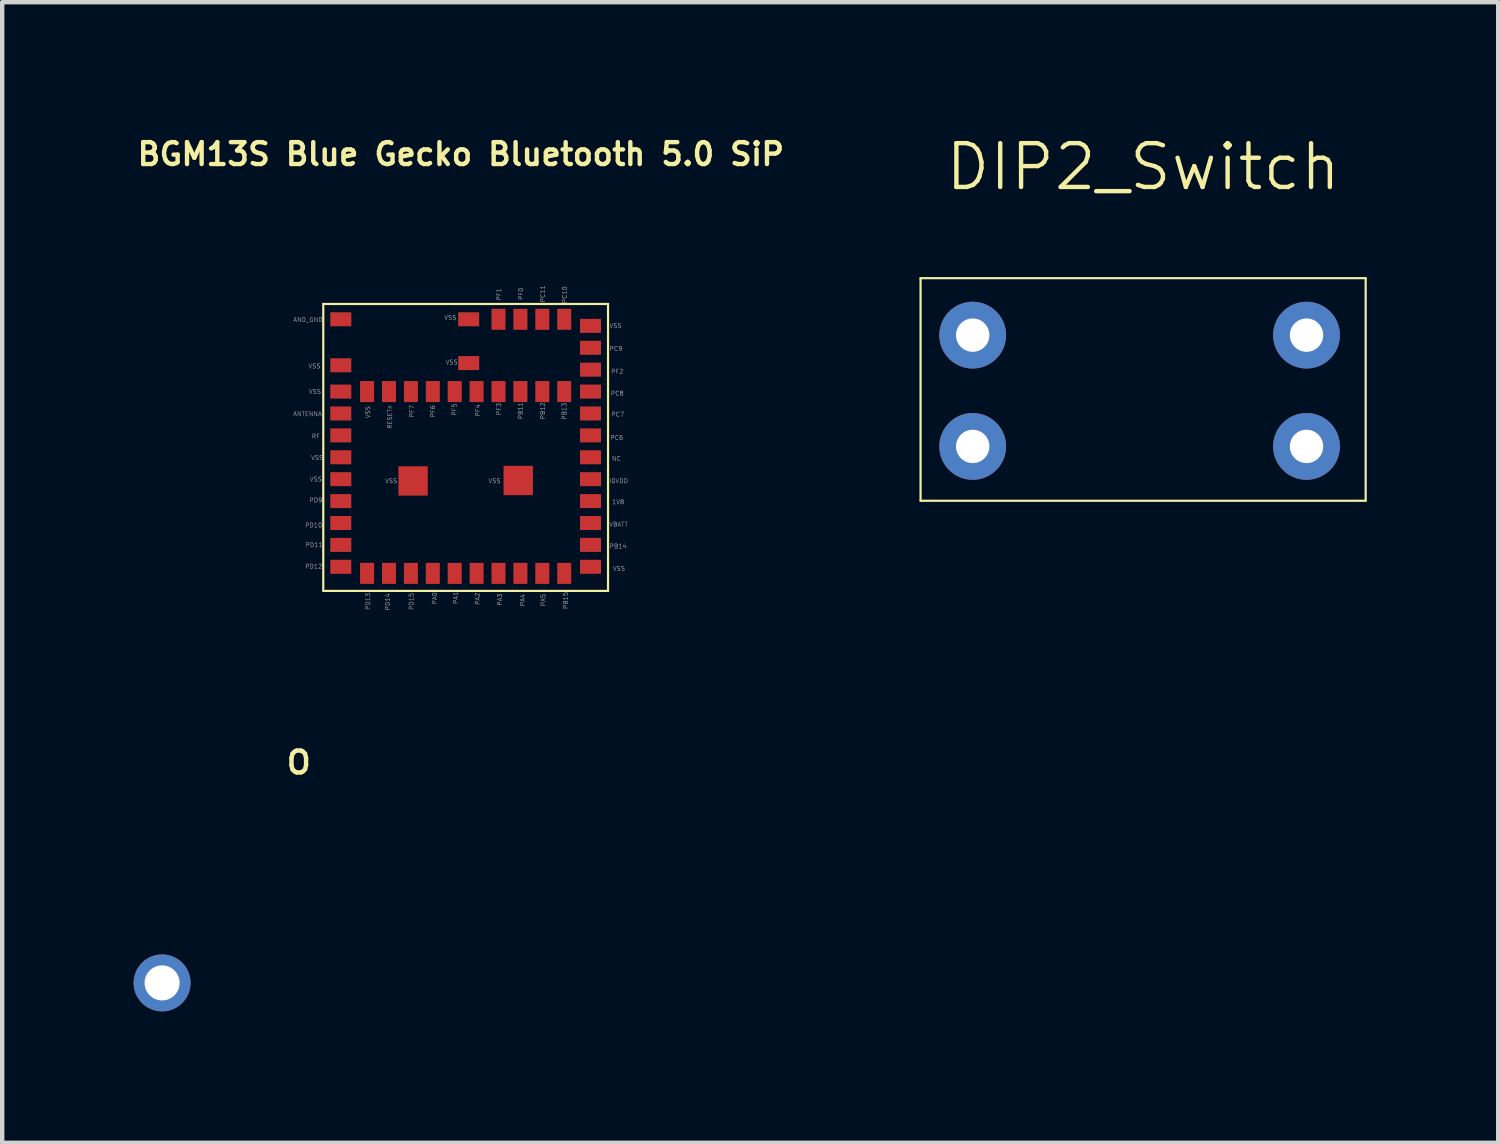
<source format=kicad_pcb>
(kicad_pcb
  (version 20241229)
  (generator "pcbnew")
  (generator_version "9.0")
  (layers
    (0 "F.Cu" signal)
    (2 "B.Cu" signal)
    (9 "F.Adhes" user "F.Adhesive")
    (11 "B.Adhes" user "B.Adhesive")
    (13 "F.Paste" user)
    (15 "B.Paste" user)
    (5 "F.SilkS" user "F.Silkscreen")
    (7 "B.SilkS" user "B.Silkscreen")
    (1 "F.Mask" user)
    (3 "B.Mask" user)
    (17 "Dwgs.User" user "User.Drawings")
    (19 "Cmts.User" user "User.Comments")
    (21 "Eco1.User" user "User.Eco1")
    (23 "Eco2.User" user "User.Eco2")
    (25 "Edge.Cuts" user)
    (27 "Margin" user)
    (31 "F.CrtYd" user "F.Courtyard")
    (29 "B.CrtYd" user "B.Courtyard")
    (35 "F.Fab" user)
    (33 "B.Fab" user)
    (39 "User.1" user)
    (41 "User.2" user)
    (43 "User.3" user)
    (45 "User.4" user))
  (footprint "Ο"
    (layer "F.Cu")
    (at 0.71 19.336)
    (property "Reference" "Ο" (at 3.06 -4.98 0) (layer "F.SilkS") (effects (font (size 0.5 0.5) (thickness 0.1))))
    (attr through_hole)
    (pad "1" thru_hole circle (at -0.06 0.05) (size 1.3 1.3) (drill 0.8) (layers "*.Cu" "*.Mask")))
  (footprint "DIP2_Switch"
    (layer "F.Cu")
    (at 23.043 5.84)
    (property "Reference" "DIP2_Switch" (at 0 -5.08 0) (layer "F.SilkS") (effects (font (size 1 1) (thickness 0.1))))
    (attr through_hole)
    (fp_line (start -5.08 -2.54) (end 5.08 -2.54) (stroke (width 0.05) (type solid)) (layer "F.SilkS"))
    (fp_line (start -5.08 2.54) (end -5.08 -2.54) (stroke (width 0.05) (type solid)) (layer "F.SilkS"))
    (fp_line (start 5.08 -2.54) (end 5.08 2.54) (stroke (width 0.05) (type solid)) (layer "F.SilkS"))
    (fp_line (start 5.08 2.54) (end -5.08 2.54) (stroke (width 0.05) (type solid)) (layer "F.SilkS"))
    (pad "1" thru_hole circle (at -3.89 1.3) (size 1.524 1.524) (drill 0.762) (layers "*.Cu" "*.Mask"))
    (pad "2" thru_hole circle (at -3.89 -1.24) (size 1.524 1.524) (drill 0.762) (layers "*.Cu" "*.Mask"))
    (pad "3" thru_hole circle (at 3.73 1.3) (size 1.524 1.524) (drill 0.762) (layers "*.Cu" "*.Mask"))
    (pad "4" thru_hole circle (at 3.73 -1.24) (size 1.524 1.524) (drill 0.762) (layers "*.Cu" "*.Mask")))
  (footprint "BGM13S Blue Gecko Bluetooth 5.0 SiP"
    (layer "F.Cu")
    (at 7.549 7.308)
    (property "Reference" "BGM13S Blue Gecko Bluetooth 5.0 SiP" (at -0.08 -6.84 0) (layer "F.SilkS") (effects (font (size 0.5 0.5) (thickness 0.1))))
    (attr through_hole)
    (fp_line (start -3.22 -3.42) (end -3.22 3.13) (stroke (width 0.05) (type solid)) (layer "F.SilkS"))
    (fp_line (start -3.22 3.13) (end 3.28 3.13) (stroke (width 0.05) (type solid)) (layer "F.SilkS"))
    (fp_line (start 3.28 -3.42) (end -3.22 -3.42) (stroke (width 0.05) (type solid)) (layer "F.SilkS"))
    (fp_line (start 3.28 3.13) (end 3.28 -3.42) (stroke (width 0.05) (type solid)) (layer "F.SilkS"))
    (fp_text user "VSS" (at -0.29 -2.09 180) (layer "F.Fab") (effects (font (size 0.1 0.1) (thickness 0.01))))
    (fp_text user "PF0" (at 1.29 -3.65 90) (layer "F.Fab") (effects (font (size 0.1 0.1) (thickness 0.01))))
    (fp_text user "ANTENNA" (at -3.58 -0.91 0) (layer "F.Fab") (effects (font (size 0.1 0.1) (thickness 0.01))))
    (fp_text user "PF1" (at 0.79 -3.64 90) (layer "F.Fab") (effects (font (size 0.1 0.1) (thickness 0.01))))
    (fp_text user "VSS" (at 3.53 2.62 0) (layer "F.Fab") (effects (font (size 0.1 0.1) (thickness 0.01))))
    (fp_text user "PF6" (at -0.72 -0.97 270) (layer "F.Fab") (effects (font (size 0.1 0.1) (thickness 0.01))))
    (fp_text user "VBATT" (at 3.52 1.61 0) (layer "F.Fab") (effects (font (size 0.1 0.1) (thickness 0.01))))
    (fp_text user "PA2" (at 0.3 3.31 90) (layer "F.Fab") (effects (font (size 0.1 0.1) (thickness 0.01))))
    (fp_text user "PA5" (at 1.8 3.34 90) (layer "F.Fab") (effects (font (size 0.1 0.1) (thickness 0.01))))
    (fp_text user "AND_GND" (at -3.57 -3.06 0) (layer "F.Fab") (effects (font (size 0.1 0.1) (thickness 0.01))))
    (fp_text user "PC10" (at 2.29 -3.63 90) (layer "F.Fab") (effects (font (size 0.1 0.1) (thickness 0.01))))
    (fp_text user "PF4" (at 0.31 -0.99 270) (layer "F.Fab") (effects (font (size 0.1 0.1) (thickness 0.01))))
    (fp_text user "PF5" (at -0.23 -1.01 270) (layer "F.Fab") (effects (font (size 0.1 0.1) (thickness 0.01))))
    (fp_text user "PA4" (at 1.33 3.34 90) (layer "F.Fab") (effects (font (size 0.1 0.1) (thickness 0.01))))
    (fp_text user "PB11" (at 1.28 -0.98 270) (layer "F.Fab") (effects (font (size 0.1 0.1) (thickness 0.01))))
    (fp_text user "VSS" (at -0.32 -3.11 180) (layer "F.Fab") (effects (font (size 0.1 0.1) (thickness 0.01))))
    (fp_text user "PD12" (at -3.44 2.57 0) (layer "F.Fab") (effects (font (size 0.1 0.1) (thickness 0.01))))
    (fp_text user "PA3" (at 0.81 3.33 90) (layer "F.Fab") (effects (font (size 0.1 0.1) (thickness 0.01))))
    (fp_text user "PC7" (at 3.5 -0.9 0) (layer "F.Fab") (effects (font (size 0.1 0.1) (thickness 0.01))))
    (fp_text user "I0VDD" (at 3.52 0.62 0) (layer "F.Fab") (effects (font (size 0.1 0.1) (thickness 0.01))))
    (fp_text user "VSS" (at -3.42 -2 0) (layer "F.Fab") (effects (font (size 0.1 0.1) (thickness 0.01))))
    (fp_text user "PD13" (at -2.2 3.37 90) (layer "F.Fab") (effects (font (size 0.1 0.1) (thickness 0.01))))
    (fp_text user "PD14" (at -1.75 3.38 90) (layer "F.Fab") (effects (font (size 0.1 0.1) (thickness 0.01))))
    (fp_text user "1V8" (at 3.51 1.1 0) (layer "F.Fab") (effects (font (size 0.1 0.1) (thickness 0.01))))
    (fp_text user "PD9" (at -3.39 1.06 0) (layer "F.Fab") (effects (font (size 0.1 0.1) (thickness 0.01))))
    (fp_text user "PC9" (at 3.46 -2.4 0) (layer "F.Fab") (effects (font (size 0.1 0.1) (thickness 0.01))))
    (fp_text user "PB13" (at 2.28 -0.97 270) (layer "F.Fab") (effects (font (size 0.1 0.1) (thickness 0.01))))
    (fp_text user "PB14" (at 3.51 2.11 0) (layer "F.Fab") (effects (font (size 0.1 0.1) (thickness 0.01))))
    (fp_text user "VSS" (at -3.41 -1.42 0) (layer "F.Fab") (effects (font (size 0.1 0.1) (thickness 0.01))))
    (fp_text user "RF" (at -3.39 -0.4 0) (layer "F.Fab") (effects (font (size 0.1 0.1) (thickness 0.01))))
    (fp_text user "PF7" (at -1.2 -0.97 270) (layer "F.Fab") (effects (font (size 0.1 0.1) (thickness 0.01))))
    (fp_text user "PF3" (at 0.79 -1.02 270) (layer "F.Fab") (effects (font (size 0.1 0.1) (thickness 0.01))))
    (fp_text user "PA0" (at -0.68 3.3 90) (layer "F.Fab") (effects (font (size 0.1 0.1) (thickness 0.01))))
    (fp_text user "VSS" (at -3.36 0.09 0) (layer "F.Fab") (effects (font (size 0.1 0.1) (thickness 0.01))))
    (fp_text user "VSS" (at -3.39 0.58 0) (layer "F.Fab") (effects (font (size 0.1 0.1) (thickness 0.01))))
    (fp_text user "PD10" (at -3.44 1.63 0) (layer "F.Fab") (effects (font (size 0.1 0.1) (thickness 0.01))))
    (fp_text user "PC8" (at 3.49 -1.38 0) (layer "F.Fab") (effects (font (size 0.1 0.1) (thickness 0.01))))
    (fp_text user "PC11" (at 1.79 -3.65 90) (layer "F.Fab") (effects (font (size 0.1 0.1) (thickness 0.01))))
    (fp_text user "RESETn" (at -1.7 -0.84 270) (layer "F.Fab") (effects (font (size 0.1 0.1) (thickness 0.01))))
    (fp_text user "VSS" (at -2.2 -0.95 270) (layer "F.Fab") (effects (font (size 0.1 0.1) (thickness 0.01))))
    (fp_text user "VSS" (at -1.67 0.62 180) (layer "F.Fab") (effects (font (size 0.1 0.1) (thickness 0.01))))
    (fp_text user "PA1" (at -0.2 3.29 90) (layer "F.Fab") (effects (font (size 0.1 0.1) (thickness 0.01))))
    (fp_text user "VSS" (at 0.69 0.62 180) (layer "F.Fab") (effects (font (size 0.1 0.1) (thickness 0.01))))
    (fp_text user "PC6" (at 3.48 -0.37 0) (layer "F.Fab") (effects (font (size 0.1 0.1) (thickness 0.01))))
    (fp_text user "NC" (at 3.47 0.11 0) (layer "F.Fab") (effects (font (size 0.1 0.1) (thickness 0.01))))
    (fp_text user "PB12" (at 1.79 -0.98 270) (layer "F.Fab") (effects (font (size 0.1 0.1) (thickness 0.01))))
    (fp_text user "PB15" (at 2.31 3.35 90) (layer "F.Fab") (effects (font (size 0.1 0.1) (thickness 0.01))))
    (fp_text user "PD15" (at -1.21 3.37 90) (layer "F.Fab") (effects (font (size 0.1 0.1) (thickness 0.01))))
    (fp_text user "PD11" (at -3.43 2.08 0) (layer "F.Fab") (effects (font (size 0.1 0.1) (thickness 0.01))))
    (fp_text user "VSS" (at 3.45 -2.92 0) (layer "F.Fab") (effects (font (size 0.1 0.1) (thickness 0.01))))
    (fp_text user "PF2" (at 3.49 -1.88 0) (layer "F.Fab") (effects (font (size 0.1 0.1) (thickness 0.01))))
    (pad "1" smd rect (at -2.82 -1.42 270) (size 0.32 0.48) (layers "F.Cu" "F.Mask" "F.Paste"))
    (pad "2" smd rect (at -2.82 -0.92 270) (size 0.32 0.48) (layers "F.Cu" "F.Mask" "F.Paste"))
    (pad "3" smd rect (at -2.82 -0.42 270) (size 0.32 0.48) (layers "F.Cu" "F.Mask" "F.Paste"))
    (pad "4" smd rect (at -2.82 0.08 270) (size 0.32 0.48) (layers "F.Cu" "F.Mask" "F.Paste"))
    (pad "5" smd rect (at -2.82 0.58 270) (size 0.32 0.48) (layers "F.Cu" "F.Mask" "F.Paste"))
    (pad "6" smd rect (at -2.82 1.08 270) (size 0.32 0.48) (layers "F.Cu" "F.Mask" "F.Paste"))
    (pad "7" smd rect (at -2.82 1.58 270) (size 0.32 0.48) (layers "F.Cu" "F.Mask" "F.Paste"))
    (pad "8" smd rect (at -2.82 2.08 270) (size 0.32 0.48) (layers "F.Cu" "F.Mask" "F.Paste"))
    (pad "9" smd rect (at -2.82 2.58 270) (size 0.32 0.48) (layers "F.Cu" "F.Mask" "F.Paste"))
    (pad "10" smd rect (at -2.22 2.73) (size 0.32 0.48) (layers "F.Cu" "F.Mask" "F.Paste"))
    (pad "11" smd rect (at -1.72 2.73) (size 0.32 0.48) (layers "F.Cu" "F.Mask" "F.Paste"))
    (pad "12" smd rect (at -1.22 2.73) (size 0.32 0.48) (layers "F.Cu" "F.Mask" "F.Paste"))
    (pad "13" smd rect (at -0.72 2.73) (size 0.32 0.48) (layers "F.Cu" "F.Mask" "F.Paste"))
    (pad "14" smd rect (at -0.22 2.73) (size 0.32 0.48) (layers "F.Cu" "F.Mask" "F.Paste"))
    (pad "15" smd rect (at 0.28 2.73) (size 0.32 0.48) (layers "F.Cu" "F.Mask" "F.Paste"))
    (pad "16" smd rect (at 0.78 2.73) (size 0.32 0.48) (layers "F.Cu" "F.Mask" "F.Paste"))
    (pad "17" smd rect (at 1.28 2.73) (size 0.32 0.48) (layers "F.Cu" "F.Mask" "F.Paste"))
    (pad "18" smd rect (at 1.78 2.73) (size 0.32 0.48) (layers "F.Cu" "F.Mask" "F.Paste"))
    (pad "19" smd rect (at 2.28 2.73) (size 0.32 0.48) (layers "F.Cu" "F.Mask" "F.Paste"))
    (pad "20" smd rect (at 2.88 2.58 270) (size 0.32 0.48) (layers "F.Cu" "F.Mask" "F.Paste"))
    (pad "21" smd rect (at 2.88 2.08 270) (size 0.32 0.48) (layers "F.Cu" "F.Mask" "F.Paste"))
    (pad "22" smd rect (at 2.88 1.58 270) (size 0.32 0.48) (layers "F.Cu" "F.Mask" "F.Paste"))
    (pad "23" smd rect (at 2.88 1.08 270) (size 0.32 0.48) (layers "F.Cu" "F.Mask" "F.Paste"))
    (pad "24" smd rect (at 2.88 0.58 270) (size 0.32 0.48) (layers "F.Cu" "F.Mask" "F.Paste"))
    (pad "25" smd rect (at 2.88 0.08 270) (size 0.32 0.48) (layers "F.Cu" "F.Mask" "F.Paste"))
    (pad "26" smd rect (at 2.88 -0.42 270) (size 0.32 0.48) (layers "F.Cu" "F.Mask" "F.Paste"))
    (pad "27" smd rect (at 2.88 -0.92 270) (size 0.32 0.48) (layers "F.Cu" "F.Mask" "F.Paste"))
    (pad "28" smd rect (at 2.88 -1.42 270) (size 0.32 0.48) (layers "F.Cu" "F.Mask" "F.Paste"))
    (pad "29" smd rect (at 2.88 -1.92 270) (size 0.32 0.48) (layers "F.Cu" "F.Mask" "F.Paste"))
    (pad "30" smd rect (at 2.88 -2.42 270) (size 0.32 0.48) (layers "F.Cu" "F.Mask" "F.Paste"))
    (pad "31" smd rect (at 2.88 -2.92 270) (size 0.32 0.48) (layers "F.Cu" "F.Mask" "F.Paste"))
    (pad "32" smd rect (at 2.28 -3.07) (size 0.32 0.48) (layers "F.Cu" "F.Mask" "F.Paste"))
    (pad "33" smd rect (at 1.78 -3.07) (size 0.32 0.48) (layers "F.Cu" "F.Mask" "F.Paste"))
    (pad "34" smd rect (at 1.28 -3.07) (size 0.32 0.48) (layers "F.Cu" "F.Mask" "F.Paste"))
    (pad "35" smd rect (at 0.78 -3.07 180) (size 0.32 0.48) (layers "F.Cu" "F.Mask" "F.Paste"))
    (pad "36" smd rect (at 2.28 -1.42) (size 0.32 0.48) (layers "F.Cu" "F.Mask" "F.Paste"))
    (pad "37" smd rect (at 1.78 -1.42) (size 0.32 0.48) (layers "F.Cu" "F.Mask" "F.Paste"))
    (pad "38" smd rect (at 1.28 -1.42) (size 0.32 0.48) (layers "F.Cu" "F.Mask" "F.Paste"))
    (pad "39" smd rect (at 0.78 -1.42 180) (size 0.32 0.48) (layers "F.Cu" "F.Mask" "F.Paste"))
    (pad "40" smd rect (at 0.28 -1.42 180) (size 0.32 0.48) (layers "F.Cu" "F.Mask" "F.Paste"))
    (pad "41" smd rect (at -0.22 -1.42) (size 0.32 0.48) (layers "F.Cu" "F.Mask" "F.Paste"))
    (pad "42" smd rect (at -0.72 -1.42) (size 0.32 0.48) (layers "F.Cu" "F.Mask" "F.Paste"))
    (pad "43" smd rect (at -1.22 -1.42) (size 0.32 0.48) (layers "F.Cu" "F.Mask" "F.Paste"))
    (pad "44" smd rect (at -1.72 -1.42 180) (size 0.32 0.48) (layers "F.Cu" "F.Mask" "F.Paste"))
    (pad "45" smd rect (at -2.22 -1.42 180) (size 0.32 0.48) (layers "F.Cu" "F.Mask" "F.Paste"))
    (pad "46" smd rect (at 0.1 -3.07 270) (size 0.32 0.48) (layers "F.Cu" "F.Mask" "F.Paste"))
    (pad "47" smd rect (at -2.82 -3.07 270) (size 0.32 0.48) (layers "F.Cu" "F.Mask" "F.Paste"))
    (pad "48" smd rect (at 0.1 -2.07 270) (size 0.32 0.48) (layers "F.Cu" "F.Mask" "F.Paste"))
    (pad "49" smd rect (at -2.82 -2.02 270) (size 0.32 0.48) (layers "F.Cu" "F.Mask" "F.Paste"))
    (pad "50" smd rect (at 1.23 0.61) (size 0.67 0.67) (layers "F.Cu" "F.Mask" "F.Paste"))
    (pad "51" smd rect (at -1.17 0.62) (size 0.67 0.67) (layers "F.Cu" "F.Mask" "F.Paste")))
  (gr_rect
    (start -3 -3)
    (end 31.148 23.036)
    (stroke (width 0.1) (type default))
    (fill no)
    (layer "Edge.Cuts")))
</source>
